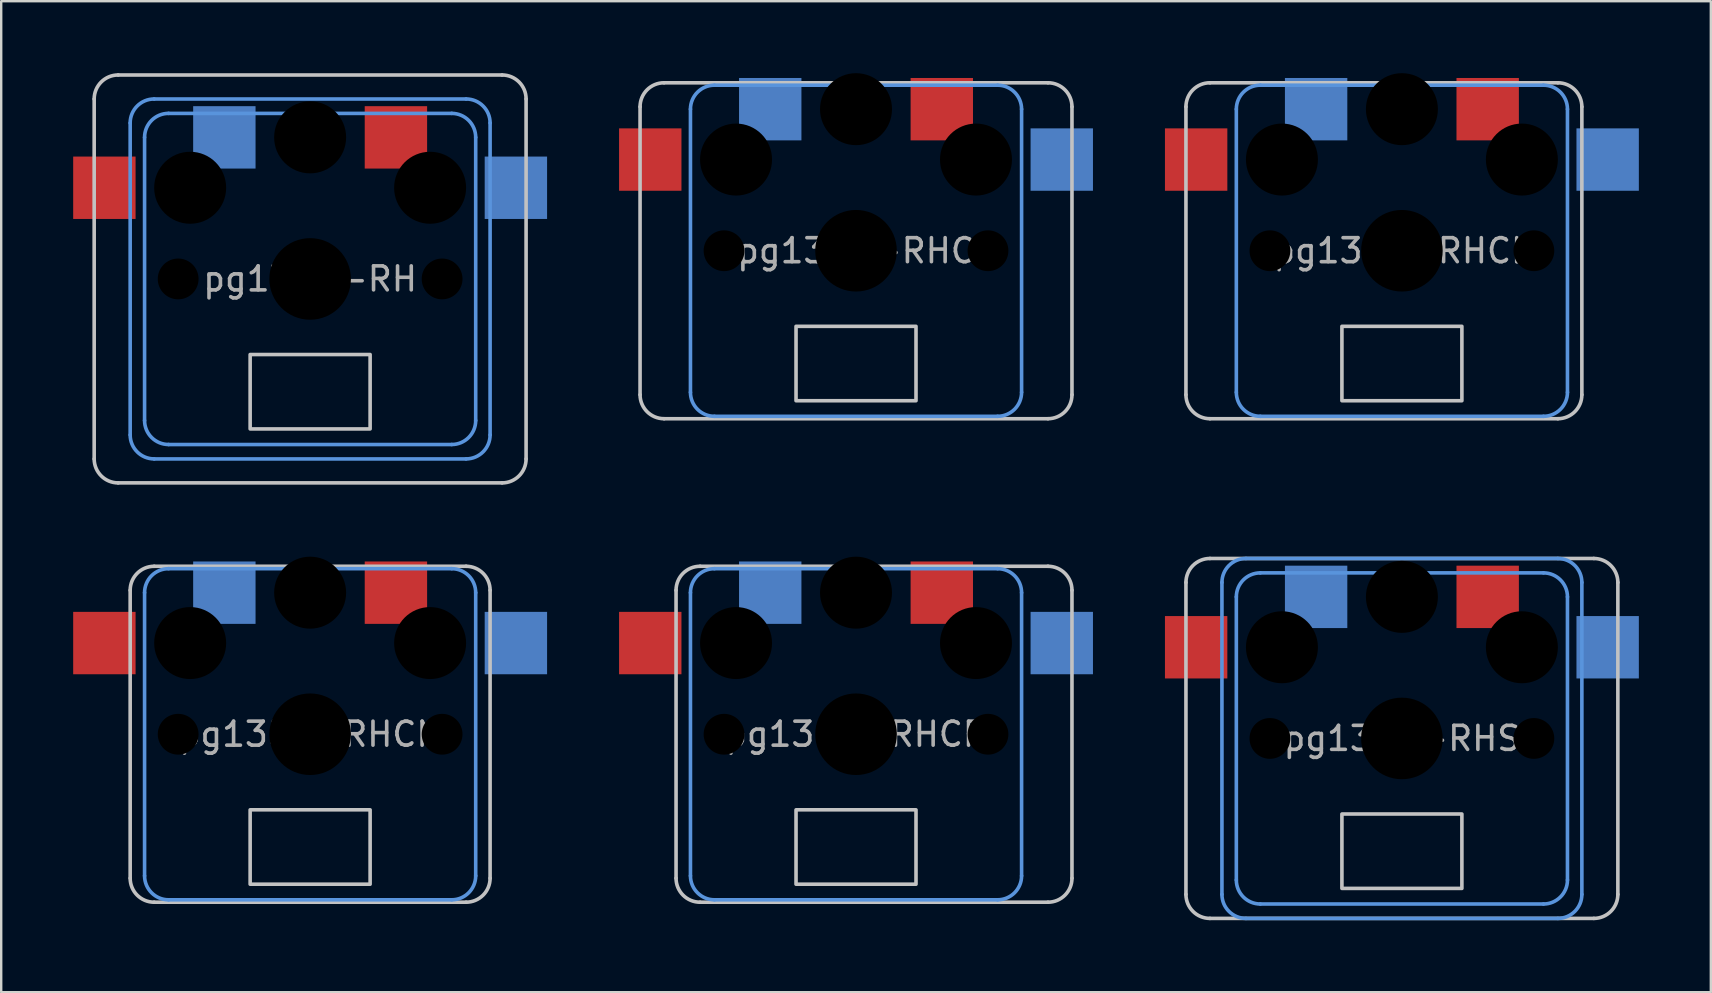
<source format=kicad_pcb>
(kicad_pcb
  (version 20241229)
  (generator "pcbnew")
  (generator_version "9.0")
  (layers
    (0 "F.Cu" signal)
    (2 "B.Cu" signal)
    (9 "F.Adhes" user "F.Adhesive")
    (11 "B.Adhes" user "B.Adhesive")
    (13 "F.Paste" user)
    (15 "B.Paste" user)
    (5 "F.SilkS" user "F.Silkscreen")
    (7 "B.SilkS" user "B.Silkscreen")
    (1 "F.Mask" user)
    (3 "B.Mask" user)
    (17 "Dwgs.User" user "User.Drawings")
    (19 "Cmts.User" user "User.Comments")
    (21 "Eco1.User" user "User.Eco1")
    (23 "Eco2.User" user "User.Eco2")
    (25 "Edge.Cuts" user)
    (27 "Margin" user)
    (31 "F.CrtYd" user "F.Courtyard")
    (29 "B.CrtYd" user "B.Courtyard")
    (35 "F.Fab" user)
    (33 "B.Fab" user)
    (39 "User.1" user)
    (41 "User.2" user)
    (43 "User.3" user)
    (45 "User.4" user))
  (footprint "pg1350-RHCL"
    (layer "F.Cu")
    (at 55.375 7.4)
    (property "Reference" "pg1350-RHCL" (at 0 0 0) (layer "F.Fab") (effects (font (size 1 1) (thickness 0.15))))
    (attr through_hole)
    (fp_line (start -9 6) (end -9 -6) (stroke (width 0.15) (type solid)) (layer "Dwgs.User"))
    (fp_line (start -8 -7) (end 6.5 -7) (stroke (width 0.15) (type solid)) (layer "Dwgs.User"))
    (fp_line (start 6.5 7) (end -8 7) (stroke (width 0.15) (type solid)) (layer "Dwgs.User"))
    (fp_line (start 7.5 -6) (end 7.5 6) (stroke (width 0.15) (type solid)) (layer "Dwgs.User"))
    (fp_rect (start 2.5 6.25) (end -2.5 3.15) (stroke (width 0.15) (type solid)) (fill no) (layer "Dwgs.User"))
    (fp_arc (start -9 -6) (mid -8.707107 -6.707107) (end -8 -7) (stroke (width 0.15) (type solid)) (layer "Dwgs.User"))
    (fp_arc (start -8 7) (mid -8.707107 6.707107) (end -9 6) (stroke (width 0.15) (type solid)) (layer "Dwgs.User"))
    (fp_arc (start 6.5 -7) (mid 7.207107 -6.707107) (end 7.5 -6) (stroke (width 0.15) (type solid)) (layer "Dwgs.User"))
    (fp_arc (start 7.5 6) (mid 7.207107 6.707107) (end 6.5 7) (stroke (width 0.15) (type solid)) (layer "Dwgs.User"))
    (fp_line (start -6.9 5.9) (end -6.9 -5.9) (stroke (width 0.15) (type solid)) (layer "Cmts.User"))
    (fp_line (start -5.9 -6.9) (end 5.9 -6.9) (stroke (width 0.15) (type solid)) (layer "Cmts.User"))
    (fp_line (start 5.9 6.9) (end -5.9 6.9) (stroke (width 0.15) (type solid)) (layer "Cmts.User"))
    (fp_line (start 6.9 -5.9) (end 6.9 5.9) (stroke (width 0.15) (type solid)) (layer "Cmts.User"))
    (fp_arc (start -6.9 -5.9) (mid -6.607107 -6.607107) (end -5.9 -6.9) (stroke (width 0.15) (type solid)) (layer "Cmts.User"))
    (fp_arc (start -5.9 6.9) (mid -6.607107 6.607107) (end -6.9 5.9) (stroke (width 0.15) (type solid)) (layer "Cmts.User"))
    (fp_arc (start 5.9 -6.9) (mid 6.607107 -6.607107) (end 6.9 -5.9) (stroke (width 0.15) (type solid)) (layer "Cmts.User"))
    (fp_arc (start 6.9 5.9) (mid 6.607107 6.607107) (end 5.9 6.9) (stroke (width 0.15) (type solid)) (layer "Cmts.User"))
    (pad "" np_thru_hole circle (at -5.5 0) (size 1.7 1.7) (drill 1.7) (layers "*.Mask"))
    (pad "" np_thru_hole circle (at -5 -3.8) (size 3 3) (drill 3) (layers "*.Mask"))
    (pad "" np_thru_hole circle (at 0 -5.9) (size 3 3) (drill 3) (layers "*.Mask"))
    (pad "" np_thru_hole circle (at 0 0) (size 3.4 3.4) (drill 3.4) (layers "*.Mask"))
    (pad "" np_thru_hole circle (at 5 -3.8) (size 3 3) (drill 3) (layers "*.Mask"))
    (pad "" np_thru_hole circle (at 5.5 0) (size 1.7 1.7) (drill 1.7) (layers "*.Mask"))
    (pad "1" smd rect (at -3.575 -5.9) (size 2.6 2.6) (layers "B.Cu" "B.Mask"))
    (pad "1" smd rect (at 3.575 -5.9) (size 2.6 2.6) (layers "F.Cu" "F.Mask"))
    (pad "2" smd rect (at -8.575 -3.8) (size 2.6 2.6) (layers "F.Cu" "F.Mask"))
    (pad "2" smd rect (at 8.575 -3.8) (size 2.6 2.6) (layers "B.Cu" "B.Mask")))
  (footprint "pg1350-RHC"
    (layer "F.Cu")
    (at 32.625 7.4)
    (property "Reference" "pg1350-RHC" (at 0 0 0) (layer "F.Fab") (effects (font (size 1 1) (thickness 0.15))))
    (attr through_hole)
    (fp_line (start -9 6) (end -9 -6) (stroke (width 0.15) (type solid)) (layer "Dwgs.User"))
    (fp_line (start -8 -7) (end 8 -7) (stroke (width 0.15) (type solid)) (layer "Dwgs.User"))
    (fp_line (start 8 7) (end -8 7) (stroke (width 0.15) (type solid)) (layer "Dwgs.User"))
    (fp_line (start 9 -6) (end 9 6) (stroke (width 0.15) (type solid)) (layer "Dwgs.User"))
    (fp_rect (start 2.5 6.25) (end -2.5 3.15) (stroke (width 0.15) (type solid)) (fill no) (layer "Dwgs.User"))
    (fp_arc (start -9 -6) (mid -8.707107 -6.707107) (end -8 -7) (stroke (width 0.15) (type solid)) (layer "Dwgs.User"))
    (fp_arc (start -8 7) (mid -8.707107 6.707107) (end -9 6) (stroke (width 0.15) (type solid)) (layer "Dwgs.User"))
    (fp_arc (start 8 -7) (mid 8.707107 -6.707107) (end 9 -6) (stroke (width 0.15) (type solid)) (layer "Dwgs.User"))
    (fp_arc (start 9 6) (mid 8.707107 6.707107) (end 8 7) (stroke (width 0.15) (type solid)) (layer "Dwgs.User"))
    (fp_line (start -6.9 5.9) (end -6.9 -5.9) (stroke (width 0.15) (type solid)) (layer "Cmts.User"))
    (fp_line (start -5.9 -6.9) (end 5.9 -6.9) (stroke (width 0.15) (type solid)) (layer "Cmts.User"))
    (fp_line (start 5.9 6.9) (end -5.9 6.9) (stroke (width 0.15) (type solid)) (layer "Cmts.User"))
    (fp_line (start 6.9 -5.9) (end 6.9 5.9) (stroke (width 0.15) (type solid)) (layer "Cmts.User"))
    (fp_arc (start -6.9 -5.9) (mid -6.607107 -6.607107) (end -5.9 -6.9) (stroke (width 0.15) (type solid)) (layer "Cmts.User"))
    (fp_arc (start -5.9 6.9) (mid -6.607107 6.607107) (end -6.9 5.9) (stroke (width 0.15) (type solid)) (layer "Cmts.User"))
    (fp_arc (start 5.9 -6.9) (mid 6.607107 -6.607107) (end 6.9 -5.9) (stroke (width 0.15) (type solid)) (layer "Cmts.User"))
    (fp_arc (start 6.9 5.9) (mid 6.607107 6.607107) (end 5.9 6.9) (stroke (width 0.15) (type solid)) (layer "Cmts.User"))
    (pad "" np_thru_hole circle (at -5.5 0) (size 1.7 1.7) (drill 1.7) (layers "*.Mask"))
    (pad "" np_thru_hole circle (at -5 -3.8) (size 3 3) (drill 3) (layers "*.Mask"))
    (pad "" np_thru_hole circle (at 0 -5.9) (size 3 3) (drill 3) (layers "*.Mask"))
    (pad "" np_thru_hole circle (at 0 0) (size 3.4 3.4) (drill 3.4) (layers "*.Mask"))
    (pad "" np_thru_hole circle (at 5 -3.8) (size 3 3) (drill 3) (layers "*.Mask"))
    (pad "" np_thru_hole circle (at 5.5 0) (size 1.7 1.7) (drill 1.7) (layers "*.Mask"))
    (pad "1" smd rect (at -3.575 -5.9) (size 2.6 2.6) (layers "B.Cu" "B.Mask"))
    (pad "1" smd rect (at 3.575 -5.9) (size 2.6 2.6) (layers "F.Cu" "F.Mask"))
    (pad "2" smd rect (at -8.575 -3.8) (size 2.6 2.6) (layers "F.Cu" "F.Mask"))
    (pad "2" smd rect (at 8.575 -3.8) (size 2.6 2.6) (layers "B.Cu" "B.Mask")))
  (footprint "pg1350-RHCN"
    (layer "F.Cu")
    (at 9.875 27.55)
    (property "Reference" "pg1350-RHCN" (at 0 0 0) (layer "F.Fab") (effects (font (size 1 1) (thickness 0.15))))
    (attr through_hole)
    (fp_line (start -7.5 6) (end -7.5 -6) (stroke (width 0.15) (type solid)) (layer "Dwgs.User"))
    (fp_line (start -6.5 -7) (end 6.5 -7) (stroke (width 0.15) (type solid)) (layer "Dwgs.User"))
    (fp_line (start 6.5 7) (end -6.5 7) (stroke (width 0.15) (type solid)) (layer "Dwgs.User"))
    (fp_line (start 7.5 -6) (end 7.5 6) (stroke (width 0.15) (type solid)) (layer "Dwgs.User"))
    (fp_rect (start 2.5 6.25) (end -2.5 3.15) (stroke (width 0.15) (type solid)) (fill no) (layer "Dwgs.User"))
    (fp_arc (start -7.5 -6) (mid -7.207107 -6.707107) (end -6.5 -7) (stroke (width 0.15) (type solid)) (layer "Dwgs.User"))
    (fp_arc (start -6.5 7) (mid -7.207107 6.707107) (end -7.5 6) (stroke (width 0.15) (type solid)) (layer "Dwgs.User"))
    (fp_arc (start 6.5 -7) (mid 7.207107 -6.707107) (end 7.5 -6) (stroke (width 0.15) (type solid)) (layer "Dwgs.User"))
    (fp_arc (start 7.5 6) (mid 7.207107 6.707107) (end 6.5 7) (stroke (width 0.15) (type solid)) (layer "Dwgs.User"))
    (fp_line (start -6.9 5.9) (end -6.9 -5.9) (stroke (width 0.15) (type solid)) (layer "Cmts.User"))
    (fp_line (start -5.9 -6.9) (end 5.9 -6.9) (stroke (width 0.15) (type solid)) (layer "Cmts.User"))
    (fp_line (start 5.9 6.9) (end -5.9 6.9) (stroke (width 0.15) (type solid)) (layer "Cmts.User"))
    (fp_line (start 6.9 -5.9) (end 6.9 5.9) (stroke (width 0.15) (type solid)) (layer "Cmts.User"))
    (fp_arc (start -6.9 -5.9) (mid -6.607107 -6.607107) (end -5.9 -6.9) (stroke (width 0.15) (type solid)) (layer "Cmts.User"))
    (fp_arc (start -5.9 6.9) (mid -6.607107 6.607107) (end -6.9 5.9) (stroke (width 0.15) (type solid)) (layer "Cmts.User"))
    (fp_arc (start 5.9 -6.9) (mid 6.607107 -6.607107) (end 6.9 -5.9) (stroke (width 0.15) (type solid)) (layer "Cmts.User"))
    (fp_arc (start 6.9 5.9) (mid 6.607107 6.607107) (end 5.9 6.9) (stroke (width 0.15) (type solid)) (layer "Cmts.User"))
    (pad "" np_thru_hole circle (at -5.5 0) (size 1.7 1.7) (drill 1.7) (layers "*.Mask"))
    (pad "" np_thru_hole circle (at -5 -3.8) (size 3 3) (drill 3) (layers "*.Mask"))
    (pad "" np_thru_hole circle (at 0 -5.9) (size 3 3) (drill 3) (layers "*.Mask"))
    (pad "" np_thru_hole circle (at 0 0) (size 3.4 3.4) (drill 3.4) (layers "*.Mask"))
    (pad "" np_thru_hole circle (at 5 -3.8) (size 3 3) (drill 3) (layers "*.Mask"))
    (pad "" np_thru_hole circle (at 5.5 0) (size 1.7 1.7) (drill 1.7) (layers "*.Mask"))
    (pad "1" smd rect (at -3.575 -5.9) (size 2.6 2.6) (layers "B.Cu" "B.Mask"))
    (pad "1" smd rect (at 3.575 -5.9) (size 2.6 2.6) (layers "F.Cu" "F.Mask"))
    (pad "2" smd rect (at -8.575 -3.8) (size 2.6 2.6) (layers "F.Cu" "F.Mask"))
    (pad "2" smd rect (at 8.575 -3.8) (size 2.6 2.6) (layers "B.Cu" "B.Mask")))
  (footprint "pg1350-RH"
    (layer "F.Cu")
    (at 9.875 8.575)
    (property "Reference" "pg1350-RH" (at 0 0 0) (layer "F.Fab") (effects (font (size 1 1) (thickness 0.15))))
    (attr through_hole)
    (fp_line (start -9 7.5) (end -9 -7.5) (stroke (width 0.15) (type solid)) (layer "Dwgs.User"))
    (fp_line (start -8 -8.5) (end 8 -8.5) (stroke (width 0.15) (type solid)) (layer "Dwgs.User"))
    (fp_line (start 8 8.5) (end -8 8.5) (stroke (width 0.15) (type solid)) (layer "Dwgs.User"))
    (fp_line (start 9 -7.5) (end 9 7.5) (stroke (width 0.15) (type solid)) (layer "Dwgs.User"))
    (fp_rect (start 2.5 6.25) (end -2.5 3.15) (stroke (width 0.15) (type solid)) (fill no) (layer "Dwgs.User"))
    (fp_arc (start -9 -7.5) (mid -8.707107 -8.207107) (end -8 -8.5) (stroke (width 0.15) (type solid)) (layer "Dwgs.User"))
    (fp_arc (start -8 8.5) (mid -8.707107 8.207107) (end -9 7.5) (stroke (width 0.15) (type solid)) (layer "Dwgs.User"))
    (fp_arc (start 8 -8.5) (mid 8.707107 -8.207107) (end 9 -7.5) (stroke (width 0.15) (type solid)) (layer "Dwgs.User"))
    (fp_arc (start 9 7.5) (mid 8.707107 8.207107) (end 8 8.5) (stroke (width 0.15) (type solid)) (layer "Dwgs.User"))
    (fp_line (start -7.5 6.5) (end -7.5 -6.5) (stroke (width 0.15) (type solid)) (layer "Cmts.User"))
    (fp_line (start -6.9 5.9) (end -6.9 -5.9) (stroke (width 0.15) (type solid)) (layer "Cmts.User"))
    (fp_line (start -6.5 -7.5) (end 6.5 -7.5) (stroke (width 0.15) (type solid)) (layer "Cmts.User"))
    (fp_line (start -5.9 -6.9) (end 5.9 -6.9) (stroke (width 0.15) (type solid)) (layer "Cmts.User"))
    (fp_line (start 5.9 6.9) (end -5.9 6.9) (stroke (width 0.15) (type solid)) (layer "Cmts.User"))
    (fp_line (start 6.5 7.5) (end -6.5 7.5) (stroke (width 0.15) (type solid)) (layer "Cmts.User"))
    (fp_line (start 6.9 -5.9) (end 6.9 5.9) (stroke (width 0.15) (type solid)) (layer "Cmts.User"))
    (fp_line (start 7.5 -6.5) (end 7.5 6.5) (stroke (width 0.15) (type solid)) (layer "Cmts.User"))
    (fp_arc (start -7.5 -6.5) (mid -7.207107 -7.207107) (end -6.5 -7.5) (stroke (width 0.15) (type solid)) (layer "Cmts.User"))
    (fp_arc (start -6.9 -5.9) (mid -6.607107 -6.607107) (end -5.9 -6.9) (stroke (width 0.15) (type solid)) (layer "Cmts.User"))
    (fp_arc (start -6.5 7.5) (mid -7.207107 7.207107) (end -7.5 6.5) (stroke (width 0.15) (type solid)) (layer "Cmts.User"))
    (fp_arc (start -5.9 6.9) (mid -6.607107 6.607107) (end -6.9 5.9) (stroke (width 0.15) (type solid)) (layer "Cmts.User"))
    (fp_arc (start 5.9 -6.9) (mid 6.607107 -6.607107) (end 6.9 -5.9) (stroke (width 0.15) (type solid)) (layer "Cmts.User"))
    (fp_arc (start 6.5 -7.5) (mid 7.207107 -7.207107) (end 7.5 -6.5) (stroke (width 0.15) (type solid)) (layer "Cmts.User"))
    (fp_arc (start 6.9 5.9) (mid 6.607107 6.607107) (end 5.9 6.9) (stroke (width 0.15) (type solid)) (layer "Cmts.User"))
    (fp_arc (start 7.5 6.5) (mid 7.207107 7.207107) (end 6.5 7.5) (stroke (width 0.15) (type solid)) (layer "Cmts.User"))
    (pad "" np_thru_hole circle (at -5.5 0) (size 1.7 1.7) (drill 1.7) (layers "*.Mask"))
    (pad "" np_thru_hole circle (at -5 -3.8) (size 3 3) (drill 3) (layers "*.Mask"))
    (pad "" np_thru_hole circle (at 0 -5.9) (size 3 3) (drill 3) (layers "*.Mask"))
    (pad "" np_thru_hole circle (at 0 0) (size 3.4 3.4) (drill 3.4) (layers "*.Mask"))
    (pad "" np_thru_hole circle (at 5 -3.8) (size 3 3) (drill 3) (layers "*.Mask"))
    (pad "" np_thru_hole circle (at 5.5 0) (size 1.7 1.7) (drill 1.7) (layers "*.Mask"))
    (pad "1" smd rect (at -3.575 -5.9) (size 2.6 2.6) (layers "B.Cu" "B.Mask"))
    (pad "1" smd rect (at 3.575 -5.9) (size 2.6 2.6) (layers "F.Cu" "F.Mask"))
    (pad "2" smd rect (at -8.575 -3.8) (size 2.6 2.6) (layers "F.Cu" "F.Mask"))
    (pad "2" smd rect (at 8.575 -3.8) (size 2.6 2.6) (layers "B.Cu" "B.Mask")))
  (footprint "pg1350-RHCR"
    (layer "F.Cu")
    (at 32.625 27.55)
    (property "Reference" "pg1350-RHCR" (at 0 0 0) (layer "F.Fab") (effects (font (size 1 1) (thickness 0.15))))
    (attr through_hole)
    (fp_line (start -7.5 6) (end -7.5 -6) (stroke (width 0.15) (type solid)) (layer "Dwgs.User"))
    (fp_line (start -6.5 -7) (end 8 -7) (stroke (width 0.15) (type solid)) (layer "Dwgs.User"))
    (fp_line (start 8 7) (end -6.5 7) (stroke (width 0.15) (type solid)) (layer "Dwgs.User"))
    (fp_line (start 9 -6) (end 9 6) (stroke (width 0.15) (type solid)) (layer "Dwgs.User"))
    (fp_rect (start 2.5 6.25) (end -2.5 3.15) (stroke (width 0.15) (type solid)) (fill no) (layer "Dwgs.User"))
    (fp_arc (start -7.5 -6) (mid -7.207107 -6.707107) (end -6.5 -7) (stroke (width 0.15) (type solid)) (layer "Dwgs.User"))
    (fp_arc (start -6.5 7) (mid -7.207107 6.707107) (end -7.5 6) (stroke (width 0.15) (type solid)) (layer "Dwgs.User"))
    (fp_arc (start 8 -7) (mid 8.707107 -6.707107) (end 9 -6) (stroke (width 0.15) (type solid)) (layer "Dwgs.User"))
    (fp_arc (start 9 6) (mid 8.707107 6.707107) (end 8 7) (stroke (width 0.15) (type solid)) (layer "Dwgs.User"))
    (fp_line (start -6.9 5.9) (end -6.9 -5.9) (stroke (width 0.15) (type solid)) (layer "Cmts.User"))
    (fp_line (start -5.9 -6.9) (end 5.9 -6.9) (stroke (width 0.15) (type solid)) (layer "Cmts.User"))
    (fp_line (start 5.9 6.9) (end -5.9 6.9) (stroke (width 0.15) (type solid)) (layer "Cmts.User"))
    (fp_line (start 6.9 -5.9) (end 6.9 5.9) (stroke (width 0.15) (type solid)) (layer "Cmts.User"))
    (fp_arc (start -6.9 -5.9) (mid -6.607107 -6.607107) (end -5.9 -6.9) (stroke (width 0.15) (type solid)) (layer "Cmts.User"))
    (fp_arc (start -5.9 6.9) (mid -6.607107 6.607107) (end -6.9 5.9) (stroke (width 0.15) (type solid)) (layer "Cmts.User"))
    (fp_arc (start 5.9 -6.9) (mid 6.607107 -6.607107) (end 6.9 -5.9) (stroke (width 0.15) (type solid)) (layer "Cmts.User"))
    (fp_arc (start 6.9 5.9) (mid 6.607107 6.607107) (end 5.9 6.9) (stroke (width 0.15) (type solid)) (layer "Cmts.User"))
    (pad "" np_thru_hole circle (at -5.5 0) (size 1.7 1.7) (drill 1.7) (layers "*.Mask"))
    (pad "" np_thru_hole circle (at -5 -3.8) (size 3 3) (drill 3) (layers "*.Mask"))
    (pad "" np_thru_hole circle (at 0 -5.9) (size 3 3) (drill 3) (layers "*.Mask"))
    (pad "" np_thru_hole circle (at 0 0) (size 3.4 3.4) (drill 3.4) (layers "*.Mask"))
    (pad "" np_thru_hole circle (at 5 -3.8) (size 3 3) (drill 3) (layers "*.Mask"))
    (pad "" np_thru_hole circle (at 5.5 0) (size 1.7 1.7) (drill 1.7) (layers "*.Mask"))
    (pad "1" smd rect (at -3.575 -5.9) (size 2.6 2.6) (layers "B.Cu" "B.Mask"))
    (pad "1" smd rect (at 3.575 -5.9) (size 2.6 2.6) (layers "F.Cu" "F.Mask"))
    (pad "2" smd rect (at -8.575 -3.8) (size 2.6 2.6) (layers "F.Cu" "F.Mask"))
    (pad "2" smd rect (at 8.575 -3.8) (size 2.6 2.6) (layers "B.Cu" "B.Mask")))
  (footprint "pg1350-RHS"
    (layer "F.Cu")
    (at 55.375 27.725)
    (property "Reference" "pg1350-RHS" (at 0 0 0) (layer "F.Fab") (effects (font (size 1 1) (thickness 0.15))))
    (attr through_hole)
    (fp_line (start -9 6.5) (end -9 -6.5) (stroke (width 0.15) (type solid)) (layer "Dwgs.User"))
    (fp_line (start -8 -7.5) (end 8 -7.5) (stroke (width 0.15) (type solid)) (layer "Dwgs.User"))
    (fp_line (start 8 7.5) (end -8 7.5) (stroke (width 0.15) (type solid)) (layer "Dwgs.User"))
    (fp_line (start 9 -6.5) (end 9 6.5) (stroke (width 0.15) (type solid)) (layer "Dwgs.User"))
    (fp_rect (start 2.5 6.25) (end -2.5 3.15) (stroke (width 0.15) (type solid)) (fill no) (layer "Dwgs.User"))
    (fp_arc (start -9 -6.5) (mid -8.707107 -7.207107) (end -8 -7.5) (stroke (width 0.15) (type solid)) (layer "Dwgs.User"))
    (fp_arc (start -8 7.5) (mid -8.707107 7.207107) (end -9 6.5) (stroke (width 0.15) (type solid)) (layer "Dwgs.User"))
    (fp_arc (start 8 -7.5) (mid 8.707107 -7.207107) (end 9 -6.5) (stroke (width 0.15) (type solid)) (layer "Dwgs.User"))
    (fp_arc (start 9 6.5) (mid 8.707107 7.207107) (end 8 7.5) (stroke (width 0.15) (type solid)) (layer "Dwgs.User"))
    (fp_line (start -7.5 6.5) (end -7.5 -6.5) (stroke (width 0.15) (type solid)) (layer "Cmts.User"))
    (fp_line (start -6.9 5.9) (end -6.9 -5.9) (stroke (width 0.15) (type solid)) (layer "Cmts.User"))
    (fp_line (start -6.5 -7.5) (end 6.5 -7.5) (stroke (width 0.15) (type solid)) (layer "Cmts.User"))
    (fp_line (start -5.9 -6.9) (end 5.9 -6.9) (stroke (width 0.15) (type solid)) (layer "Cmts.User"))
    (fp_line (start 5.9 6.9) (end -5.9 6.9) (stroke (width 0.15) (type solid)) (layer "Cmts.User"))
    (fp_line (start 6.5 7.5) (end -6.5 7.5) (stroke (width 0.15) (type solid)) (layer "Cmts.User"))
    (fp_line (start 6.9 -5.9) (end 6.9 5.9) (stroke (width 0.15) (type solid)) (layer "Cmts.User"))
    (fp_line (start 7.5 -6.5) (end 7.5 6.5) (stroke (width 0.15) (type solid)) (layer "Cmts.User"))
    (fp_arc (start -7.5 -6.5) (mid -7.207107 -7.207107) (end -6.5 -7.5) (stroke (width 0.15) (type solid)) (layer "Cmts.User"))
    (fp_arc (start -6.9 -5.9) (mid -6.607107 -6.607107) (end -5.9 -6.9) (stroke (width 0.15) (type solid)) (layer "Cmts.User"))
    (fp_arc (start -6.5 7.5) (mid -7.207107 7.207107) (end -7.5 6.5) (stroke (width 0.15) (type solid)) (layer "Cmts.User"))
    (fp_arc (start -5.9 6.9) (mid -6.607107 6.607107) (end -6.9 5.9) (stroke (width 0.15) (type solid)) (layer "Cmts.User"))
    (fp_arc (start 5.9 -6.9) (mid 6.607107 -6.607107) (end 6.9 -5.9) (stroke (width 0.15) (type solid)) (layer "Cmts.User"))
    (fp_arc (start 6.5 -7.5) (mid 7.207107 -7.207107) (end 7.5 -6.5) (stroke (width 0.15) (type solid)) (layer "Cmts.User"))
    (fp_arc (start 6.9 5.9) (mid 6.607107 6.607107) (end 5.9 6.9) (stroke (width 0.15) (type solid)) (layer "Cmts.User"))
    (fp_arc (start 7.5 6.5) (mid 7.207107 7.207107) (end 6.5 7.5) (stroke (width 0.15) (type solid)) (layer "Cmts.User"))
    (pad "" np_thru_hole circle (at -5.5 0) (size 1.7 1.7) (drill 1.7) (layers "*.Mask"))
    (pad "" np_thru_hole circle (at -5 -3.8) (size 3 3) (drill 3) (layers "*.Mask"))
    (pad "" np_thru_hole circle (at 0 -5.9) (size 3 3) (drill 3) (layers "*.Mask"))
    (pad "" np_thru_hole circle (at 0 0) (size 3.4 3.4) (drill 3.4) (layers "*.Mask"))
    (pad "" np_thru_hole circle (at 5 -3.8) (size 3 3) (drill 3) (layers "*.Mask"))
    (pad "" np_thru_hole circle (at 5.5 0) (size 1.7 1.7) (drill 1.7) (layers "*.Mask"))
    (pad "1" smd rect (at -3.575 -5.9) (size 2.6 2.6) (layers "B.Cu" "B.Mask"))
    (pad "1" smd rect (at 3.575 -5.9) (size 2.6 2.6) (layers "F.Cu" "F.Mask"))
    (pad "2" smd rect (at -8.575 -3.8) (size 2.6 2.6) (layers "F.Cu" "F.Mask"))
    (pad "2" smd rect (at 8.575 -3.8) (size 2.6 2.6) (layers "B.Cu" "B.Mask")))
  (gr_rect
    (start -3 -3)
    (end 68.25 38.3)
    (stroke (width 0.1) (type default))
    (fill no)
    (layer "Edge.Cuts")))
</source>
